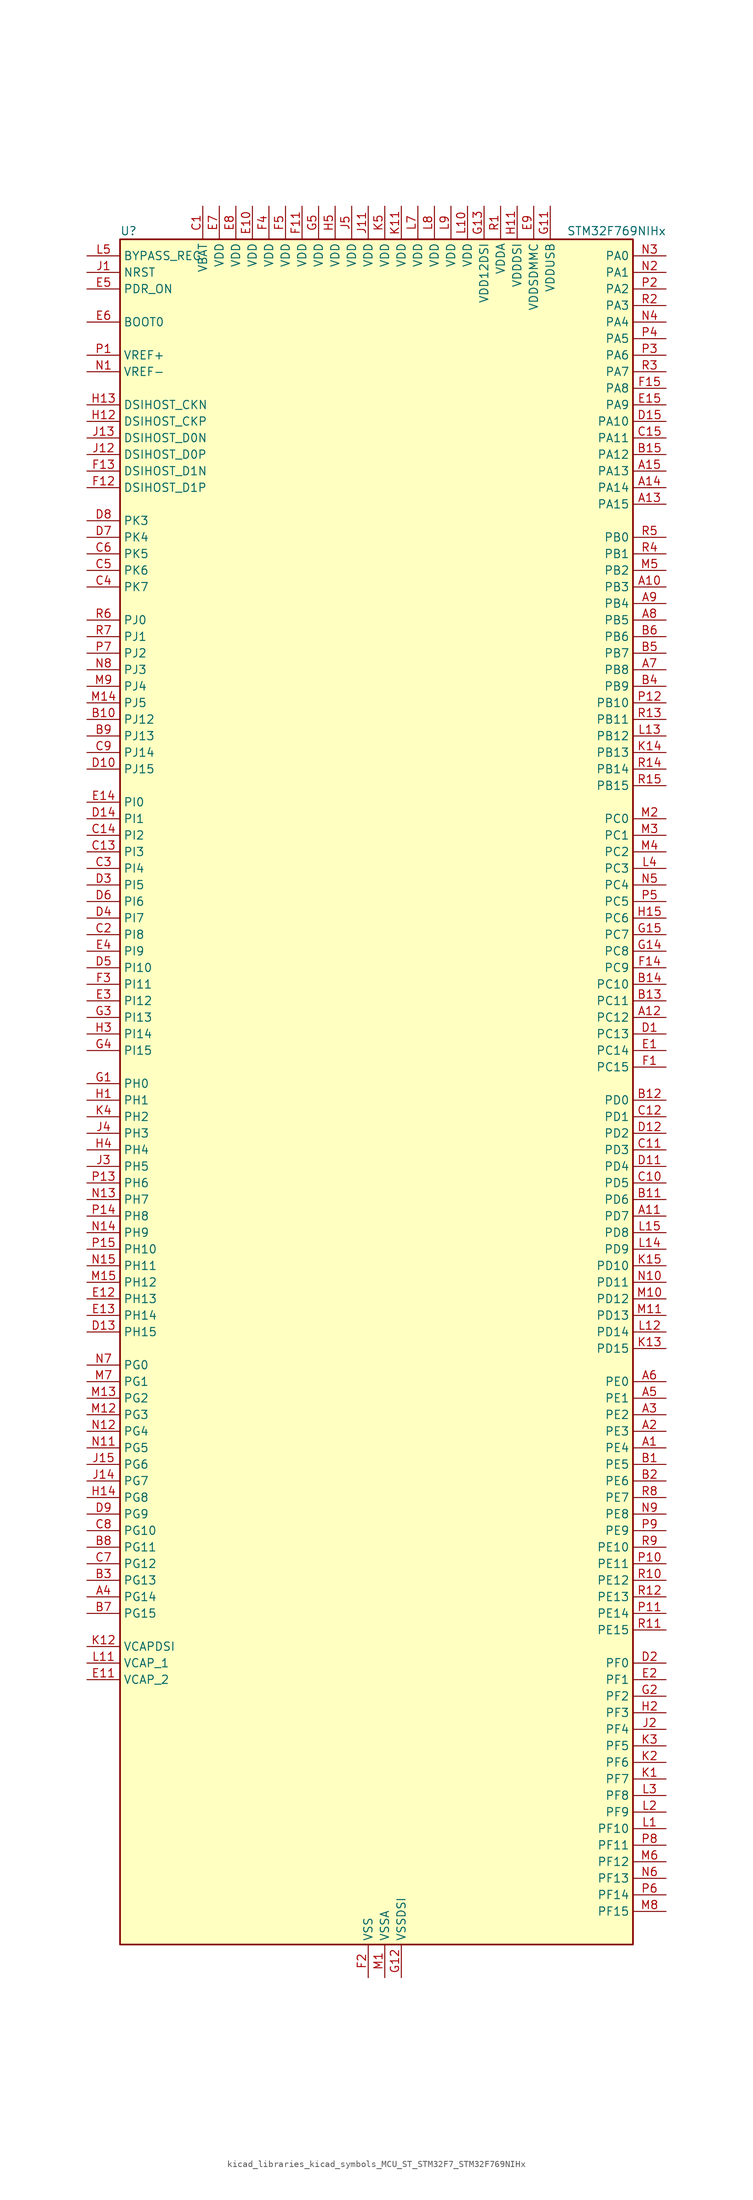
<source format=kicad_sym>
(kicad_symbol_lib
  (version 20220914)
  (generator kicad_symbol_editor)
  (symbol "kicad_libraries_kicad_symbols_MCU_ST_STM32F7_STM32F769NIHx"
    (property "Reference" "U"
      (at -38.1 133.35 0)
      (effects (font (size 1.27 1.27)) (justify left)))
    (property "Value" "STM32F769NIHx"
      (at 30.48 133.35 0)
      (effects (font (size 1.27 1.27)) (justify left)))
    (property "ki_locked" ""
      (at 0 0 0)
      (effects (font (size 1.27 1.27))))
    (symbol "kicad_libraries_kicad_symbols_MCU_ST_STM32F7_STM32F769NIHx_0_1"
      (rectangle (start -38.1 -129.54) (end 40.64 132.08) (stroke (width 0.254) (type default)) (fill (type background))))
    (symbol "kicad_libraries_kicad_symbols_MCU_ST_STM32F7_STM32F769NIHx_1_1"
      (pin bidirectional line (at 45.72 -53.34 180) (length 5.08) (name "PE4" (effects (font (size 1.27 1.27)))) (number "A1" (effects (font (size 1.27 1.27)))) (alternate "DCMI_D4" bidirectional line) (alternate "DFSDM1_DATIN3" bidirectional line) (alternate "FMC_A20" bidirectional line) (alternate "LTDC_B0" bidirectional line) (alternate "SAI1_FS_A" bidirectional line) (alternate "SPI4_NSS" bidirectional line) (alternate "SYS_TRACED1" bidirectional line))
      (pin bidirectional line (at 45.72 78.74 180) (length 5.08) (name "PB3" (effects (font (size 1.27 1.27)))) (number "A10" (effects (font (size 1.27 1.27)))) (alternate "CAN3_RX" bidirectional line) (alternate "I2S1_CK" bidirectional line) (alternate "I2S3_CK" bidirectional line) (alternate "SDMMC2_D2" bidirectional line) (alternate "SPI1_SCK" bidirectional line) (alternate "SPI3_SCK" bidirectional line) (alternate "SPI6_SCK" bidirectional line) (alternate "SYS_JTDO-SWO" bidirectional line) (alternate "TIM2_CH2" bidirectional line) (alternate "UART7_RX" bidirectional line))
      (pin bidirectional line (at 45.72 -17.78 180) (length 5.08) (name "PD7" (effects (font (size 1.27 1.27)))) (number "A11" (effects (font (size 1.27 1.27)))) (alternate "DFSDM1_CKIN1" bidirectional line) (alternate "DFSDM1_DATIN4" bidirectional line) (alternate "FMC_NE1" bidirectional line) (alternate "I2S1_SD" bidirectional line) (alternate "SDMMC2_CMD" bidirectional line) (alternate "SPDIFRX_IN0" bidirectional line) (alternate "SPI1_MOSI" bidirectional line) (alternate "USART2_CK" bidirectional line))
      (pin bidirectional line (at 45.72 12.7 180) (length 5.08) (name "PC12" (effects (font (size 1.27 1.27)))) (number "A12" (effects (font (size 1.27 1.27)))) (alternate "DCMI_D9" bidirectional line) (alternate "I2S3_SD" bidirectional line) (alternate "SDMMC1_CK" bidirectional line) (alternate "SPI3_MOSI" bidirectional line) (alternate "SYS_TRACED3" bidirectional line) (alternate "UART5_TX" bidirectional line) (alternate "USART3_CK" bidirectional line))
      (pin bidirectional line (at 45.72 91.44 180) (length 5.08) (name "PA15" (effects (font (size 1.27 1.27)))) (number "A13" (effects (font (size 1.27 1.27)))) (alternate "CAN3_TX" bidirectional line) (alternate "CEC" bidirectional line) (alternate "I2S1_WS" bidirectional line) (alternate "I2S3_WS" bidirectional line) (alternate "SPI1_NSS" bidirectional line) (alternate "SPI3_NSS" bidirectional line) (alternate "SPI6_NSS" bidirectional line) (alternate "SYS_JTDI" bidirectional line) (alternate "TIM2_CH1" bidirectional line) (alternate "TIM2_ETR" bidirectional line) (alternate "UART4_DE" bidirectional line) (alternate "UART4_RTS" bidirectional line) (alternate "UART7_TX" bidirectional line))
      (pin bidirectional line (at 45.72 93.98 180) (length 5.08) (name "PA14" (effects (font (size 1.27 1.27)))) (number "A14" (effects (font (size 1.27 1.27)))) (alternate "SYS_JTCK-SWCLK" bidirectional line))
      (pin bidirectional line (at 45.72 96.52 180) (length 5.08) (name "PA13" (effects (font (size 1.27 1.27)))) (number "A15" (effects (font (size 1.27 1.27)))) (alternate "SYS_JTMS-SWDIO" bidirectional line))
      (pin bidirectional line (at 45.72 -50.8 180) (length 5.08) (name "PE3" (effects (font (size 1.27 1.27)))) (number "A2" (effects (font (size 1.27 1.27)))) (alternate "FMC_A19" bidirectional line) (alternate "SAI1_SD_B" bidirectional line) (alternate "SYS_TRACED0" bidirectional line))
      (pin bidirectional line (at 45.72 -48.26 180) (length 5.08) (name "PE2" (effects (font (size 1.27 1.27)))) (number "A3" (effects (font (size 1.27 1.27)))) (alternate "ETH_TXD3" bidirectional line) (alternate "FMC_A23" bidirectional line) (alternate "QUADSPI_BK1_IO2" bidirectional line) (alternate "SAI1_MCLK_A" bidirectional line) (alternate "SPI4_SCK" bidirectional line) (alternate "SYS_TRACECLK" bidirectional line))
      (pin bidirectional line (at -43.18 -76.2 0) (length 5.08) (name "PG14" (effects (font (size 1.27 1.27)))) (number "A4" (effects (font (size 1.27 1.27)))) (alternate "ETH_TXD1" bidirectional line) (alternate "FMC_A25" bidirectional line) (alternate "LPTIM1_ETR" bidirectional line) (alternate "LTDC_B0" bidirectional line) (alternate "QUADSPI_BK2_IO3" bidirectional line) (alternate "SPI6_MOSI" bidirectional line) (alternate "SYS_TRACED1" bidirectional line) (alternate "USART6_TX" bidirectional line))
      (pin bidirectional line (at 45.72 -45.72 180) (length 5.08) (name "PE1" (effects (font (size 1.27 1.27)))) (number "A5" (effects (font (size 1.27 1.27)))) (alternate "DCMI_D3" bidirectional line) (alternate "FMC_NBL1" bidirectional line) (alternate "LPTIM1_IN2" bidirectional line) (alternate "UART8_TX" bidirectional line))
      (pin bidirectional line (at 45.72 -43.18 180) (length 5.08) (name "PE0" (effects (font (size 1.27 1.27)))) (number "A6" (effects (font (size 1.27 1.27)))) (alternate "DCMI_D2" bidirectional line) (alternate "FMC_NBL0" bidirectional line) (alternate "LPTIM1_ETR" bidirectional line) (alternate "SAI2_MCLK_A" bidirectional line) (alternate "TIM4_ETR" bidirectional line) (alternate "UART8_RX" bidirectional line))
      (pin bidirectional line (at 45.72 66.04 180) (length 5.08) (name "PB8" (effects (font (size 1.27 1.27)))) (number "A7" (effects (font (size 1.27 1.27)))) (alternate "CAN1_RX" bidirectional line) (alternate "DCMI_D6" bidirectional line) (alternate "DFSDM1_CKIN7" bidirectional line) (alternate "ETH_TXD3" bidirectional line) (alternate "I2C1_SCL" bidirectional line) (alternate "I2C4_SCL" bidirectional line) (alternate "LTDC_B6" bidirectional line) (alternate "SDMMC1_D4" bidirectional line) (alternate "SDMMC2_D4" bidirectional line) (alternate "TIM10_CH1" bidirectional line) (alternate "TIM4_CH3" bidirectional line) (alternate "UART5_RX" bidirectional line))
      (pin bidirectional line (at 45.72 73.66 180) (length 5.08) (name "PB5" (effects (font (size 1.27 1.27)))) (number "A8" (effects (font (size 1.27 1.27)))) (alternate "CAN2_RX" bidirectional line) (alternate "DCMI_D10" bidirectional line) (alternate "ETH_PPS_OUT" bidirectional line) (alternate "FMC_SDCKE1" bidirectional line) (alternate "I2C1_SMBA" bidirectional line) (alternate "I2S1_SD" bidirectional line) (alternate "I2S3_SD" bidirectional line) (alternate "LTDC_G7" bidirectional line) (alternate "SPI1_MOSI" bidirectional line) (alternate "SPI3_MOSI" bidirectional line) (alternate "SPI6_MOSI" bidirectional line) (alternate "TIM3_CH2" bidirectional line) (alternate "UART5_RX" bidirectional line) (alternate "USB_OTG_HS_ULPI_D7" bidirectional line))
      (pin bidirectional line (at 45.72 76.2 180) (length 5.08) (name "PB4" (effects (font (size 1.27 1.27)))) (number "A9" (effects (font (size 1.27 1.27)))) (alternate "CAN3_TX" bidirectional line) (alternate "I2S2_WS" bidirectional line) (alternate "SDMMC2_D3" bidirectional line) (alternate "SPI1_MISO" bidirectional line) (alternate "SPI2_NSS" bidirectional line) (alternate "SPI3_MISO" bidirectional line) (alternate "SPI6_MISO" bidirectional line) (alternate "SYS_JTRST" bidirectional line) (alternate "TIM3_CH1" bidirectional line) (alternate "UART7_TX" bidirectional line))
      (pin bidirectional line (at 45.72 -55.88 180) (length 5.08) (name "PE5" (effects (font (size 1.27 1.27)))) (number "B1" (effects (font (size 1.27 1.27)))) (alternate "DCMI_D6" bidirectional line) (alternate "DFSDM1_CKIN3" bidirectional line) (alternate "FMC_A21" bidirectional line) (alternate "LTDC_G0" bidirectional line) (alternate "SAI1_SCK_A" bidirectional line) (alternate "SPI4_MISO" bidirectional line) (alternate "SYS_TRACED2" bidirectional line) (alternate "TIM9_CH1" bidirectional line))
      (pin bidirectional line (at -43.18 58.42 0) (length 5.08) (name "PJ12" (effects (font (size 1.27 1.27)))) (number "B10" (effects (font (size 1.27 1.27)))) (alternate "LTDC_B0" bidirectional line) (alternate "LTDC_G3" bidirectional line))
      (pin bidirectional line (at 45.72 -15.24 180) (length 5.08) (name "PD6" (effects (font (size 1.27 1.27)))) (number "B11" (effects (font (size 1.27 1.27)))) (alternate "DCMI_D10" bidirectional line) (alternate "DFSDM1_CKIN4" bidirectional line) (alternate "DFSDM1_DATIN1" bidirectional line) (alternate "FMC_NWAIT" bidirectional line) (alternate "I2S3_SD" bidirectional line) (alternate "LTDC_B2" bidirectional line) (alternate "SAI1_SD_A" bidirectional line) (alternate "SDMMC2_CK" bidirectional line) (alternate "SPI3_MOSI" bidirectional line) (alternate "USART2_RX" bidirectional line))
      (pin bidirectional line (at 45.72 0 180) (length 5.08) (name "PD0" (effects (font (size 1.27 1.27)))) (number "B12" (effects (font (size 1.27 1.27)))) (alternate "CAN1_RX" bidirectional line) (alternate "DFSDM1_CKIN6" bidirectional line) (alternate "DFSDM1_DATIN7" bidirectional line) (alternate "FMC_D2" bidirectional line) (alternate "FMC_DA2" bidirectional line) (alternate "UART4_RX" bidirectional line))
      (pin bidirectional line (at 45.72 15.24 180) (length 5.08) (name "PC11" (effects (font (size 1.27 1.27)))) (number "B13" (effects (font (size 1.27 1.27)))) (alternate "ADC1_EXTI11" bidirectional line) (alternate "ADC2_EXTI11" bidirectional line) (alternate "ADC3_EXTI11" bidirectional line) (alternate "DCMI_D4" bidirectional line) (alternate "DFSDM1_DATIN5" bidirectional line) (alternate "QUADSPI_BK2_NCS" bidirectional line) (alternate "SDMMC1_D3" bidirectional line) (alternate "SPI3_MISO" bidirectional line) (alternate "UART4_RX" bidirectional line) (alternate "USART3_RX" bidirectional line))
      (pin bidirectional line (at 45.72 17.78 180) (length 5.08) (name "PC10" (effects (font (size 1.27 1.27)))) (number "B14" (effects (font (size 1.27 1.27)))) (alternate "DCMI_D8" bidirectional line) (alternate "DFSDM1_CKIN5" bidirectional line) (alternate "I2S3_CK" bidirectional line) (alternate "LTDC_R2" bidirectional line) (alternate "QUADSPI_BK1_IO1" bidirectional line) (alternate "SDMMC1_D2" bidirectional line) (alternate "SPI3_SCK" bidirectional line) (alternate "UART4_TX" bidirectional line) (alternate "USART3_TX" bidirectional line))
      (pin bidirectional line (at 45.72 99.06 180) (length 5.08) (name "PA12" (effects (font (size 1.27 1.27)))) (number "B15" (effects (font (size 1.27 1.27)))) (alternate "CAN1_TX" bidirectional line) (alternate "I2S2_CK" bidirectional line) (alternate "LTDC_R5" bidirectional line) (alternate "SAI2_FS_B" bidirectional line) (alternate "SPI2_SCK" bidirectional line) (alternate "TIM1_ETR" bidirectional line) (alternate "UART4_TX" bidirectional line) (alternate "USART1_DE" bidirectional line) (alternate "USART1_RTS" bidirectional line) (alternate "USB_OTG_FS_DP" bidirectional line))
      (pin bidirectional line (at 45.72 -58.42 180) (length 5.08) (name "PE6" (effects (font (size 1.27 1.27)))) (number "B2" (effects (font (size 1.27 1.27)))) (alternate "DCMI_D7" bidirectional line) (alternate "FMC_A22" bidirectional line) (alternate "LTDC_G1" bidirectional line) (alternate "SAI1_SD_A" bidirectional line) (alternate "SAI2_MCLK_B" bidirectional line) (alternate "SPI4_MOSI" bidirectional line) (alternate "SYS_TRACED3" bidirectional line) (alternate "TIM1_BKIN2" bidirectional line) (alternate "TIM9_CH2" bidirectional line))
      (pin bidirectional line (at -43.18 -73.66 0) (length 5.08) (name "PG13" (effects (font (size 1.27 1.27)))) (number "B3" (effects (font (size 1.27 1.27)))) (alternate "ETH_TXD0" bidirectional line) (alternate "FMC_A24" bidirectional line) (alternate "LPTIM1_OUT" bidirectional line) (alternate "LTDC_R0" bidirectional line) (alternate "SPI6_SCK" bidirectional line) (alternate "SYS_TRACED0" bidirectional line) (alternate "USART6_CTS" bidirectional line))
      (pin bidirectional line (at 45.72 63.5 180) (length 5.08) (name "PB9" (effects (font (size 1.27 1.27)))) (number "B4" (effects (font (size 1.27 1.27)))) (alternate "CAN1_TX" bidirectional line) (alternate "DAC_EXTI9" bidirectional line) (alternate "DCMI_D7" bidirectional line) (alternate "DFSDM1_DATIN7" bidirectional line) (alternate "I2C1_SDA" bidirectional line) (alternate "I2C4_SDA" bidirectional line) (alternate "I2C4_SMBA" bidirectional line) (alternate "I2S2_WS" bidirectional line) (alternate "LTDC_B7" bidirectional line) (alternate "SDMMC1_D5" bidirectional line) (alternate "SDMMC2_D5" bidirectional line) (alternate "SPI2_NSS" bidirectional line) (alternate "TIM11_CH1" bidirectional line) (alternate "TIM4_CH4" bidirectional line) (alternate "UART5_TX" bidirectional line))
      (pin bidirectional line (at 45.72 68.58 180) (length 5.08) (name "PB7" (effects (font (size 1.27 1.27)))) (number "B5" (effects (font (size 1.27 1.27)))) (alternate "DCMI_VSYNC" bidirectional line) (alternate "DFSDM1_CKIN5" bidirectional line) (alternate "FMC_NL" bidirectional line) (alternate "I2C1_SDA" bidirectional line) (alternate "I2C4_SDA" bidirectional line) (alternate "TIM4_CH2" bidirectional line) (alternate "USART1_RX" bidirectional line))
      (pin bidirectional line (at 45.72 71.12 180) (length 5.08) (name "PB6" (effects (font (size 1.27 1.27)))) (number "B6" (effects (font (size 1.27 1.27)))) (alternate "CAN2_TX" bidirectional line) (alternate "CEC" bidirectional line) (alternate "DCMI_D5" bidirectional line) (alternate "DFSDM1_DATIN5" bidirectional line) (alternate "FMC_SDNE1" bidirectional line) (alternate "I2C1_SCL" bidirectional line) (alternate "I2C4_SCL" bidirectional line) (alternate "QUADSPI_BK1_NCS" bidirectional line) (alternate "TIM4_CH1" bidirectional line) (alternate "UART5_TX" bidirectional line) (alternate "USART1_TX" bidirectional line))
      (pin bidirectional line (at -43.18 -78.74 0) (length 5.08) (name "PG15" (effects (font (size 1.27 1.27)))) (number "B7" (effects (font (size 1.27 1.27)))) (alternate "DCMI_D13" bidirectional line) (alternate "FMC_SDNCAS" bidirectional line) (alternate "USART6_CTS" bidirectional line))
      (pin bidirectional line (at -43.18 -68.58 0) (length 5.08) (name "PG11" (effects (font (size 1.27 1.27)))) (number "B8" (effects (font (size 1.27 1.27)))) (alternate "ADC1_EXTI11" bidirectional line) (alternate "ADC2_EXTI11" bidirectional line) (alternate "ADC3_EXTI11" bidirectional line) (alternate "DCMI_D3" bidirectional line) (alternate "ETH_TX_EN" bidirectional line) (alternate "I2S1_CK" bidirectional line) (alternate "LTDC_B3" bidirectional line) (alternate "SDMMC2_D2" bidirectional line) (alternate "SPDIFRX_IN0" bidirectional line) (alternate "SPI1_SCK" bidirectional line))
      (pin bidirectional line (at -43.18 55.88 0) (length 5.08) (name "PJ13" (effects (font (size 1.27 1.27)))) (number "B9" (effects (font (size 1.27 1.27)))) (alternate "LTDC_B1" bidirectional line) (alternate "LTDC_G4" bidirectional line))
      (pin power_in line (at -25.4 137.16 270) (length 5.08) (name "VBAT" (effects (font (size 1.27 1.27)))) (number "C1" (effects (font (size 1.27 1.27)))))
      (pin bidirectional line (at 45.72 -12.7 180) (length 5.08) (name "PD5" (effects (font (size 1.27 1.27)))) (number "C10" (effects (font (size 1.27 1.27)))) (alternate "FMC_NWE" bidirectional line) (alternate "USART2_TX" bidirectional line))
      (pin bidirectional line (at 45.72 -7.62 180) (length 5.08) (name "PD3" (effects (font (size 1.27 1.27)))) (number "C11" (effects (font (size 1.27 1.27)))) (alternate "DCMI_D5" bidirectional line) (alternate "DFSDM1_CKOUT" bidirectional line) (alternate "DFSDM1_DATIN0" bidirectional line) (alternate "FMC_CLK" bidirectional line) (alternate "I2S2_CK" bidirectional line) (alternate "LTDC_G7" bidirectional line) (alternate "SPI2_SCK" bidirectional line) (alternate "USART2_CTS" bidirectional line))
      (pin bidirectional line (at 45.72 -2.54 180) (length 5.08) (name "PD1" (effects (font (size 1.27 1.27)))) (number "C12" (effects (font (size 1.27 1.27)))) (alternate "CAN1_TX" bidirectional line) (alternate "DFSDM1_CKIN7" bidirectional line) (alternate "DFSDM1_DATIN6" bidirectional line) (alternate "FMC_D3" bidirectional line) (alternate "FMC_DA3" bidirectional line) (alternate "UART4_TX" bidirectional line))
      (pin bidirectional line (at -43.18 38.1 0) (length 5.08) (name "PI3" (effects (font (size 1.27 1.27)))) (number "C13" (effects (font (size 1.27 1.27)))) (alternate "DCMI_D10" bidirectional line) (alternate "FMC_D27" bidirectional line) (alternate "I2S2_SD" bidirectional line) (alternate "SPI2_MOSI" bidirectional line) (alternate "TIM8_ETR" bidirectional line))
      (pin bidirectional line (at -43.18 40.64 0) (length 5.08) (name "PI2" (effects (font (size 1.27 1.27)))) (number "C14" (effects (font (size 1.27 1.27)))) (alternate "DCMI_D9" bidirectional line) (alternate "FMC_D26" bidirectional line) (alternate "LTDC_G7" bidirectional line) (alternate "SPI2_MISO" bidirectional line) (alternate "TIM8_CH4" bidirectional line))
      (pin bidirectional line (at 45.72 101.6 180) (length 5.08) (name "PA11" (effects (font (size 1.27 1.27)))) (number "C15" (effects (font (size 1.27 1.27)))) (alternate "ADC1_EXTI11" bidirectional line) (alternate "ADC2_EXTI11" bidirectional line) (alternate "ADC3_EXTI11" bidirectional line) (alternate "CAN1_RX" bidirectional line) (alternate "I2S2_WS" bidirectional line) (alternate "LTDC_R4" bidirectional line) (alternate "SPI2_NSS" bidirectional line) (alternate "TIM1_CH4" bidirectional line) (alternate "UART4_RX" bidirectional line) (alternate "USART1_CTS" bidirectional line) (alternate "USB_OTG_FS_DM" bidirectional line))
      (pin bidirectional line (at -43.18 25.4 0) (length 5.08) (name "PI8" (effects (font (size 1.27 1.27)))) (number "C2" (effects (font (size 1.27 1.27)))) (alternate "RTC_TAMP2" bidirectional line) (alternate "RTC_TS" bidirectional line) (alternate "SYS_WKUP5" bidirectional line))
      (pin bidirectional line (at -43.18 35.56 0) (length 5.08) (name "PI4" (effects (font (size 1.27 1.27)))) (number "C3" (effects (font (size 1.27 1.27)))) (alternate "DCMI_D5" bidirectional line) (alternate "FMC_NBL2" bidirectional line) (alternate "LTDC_B4" bidirectional line) (alternate "SAI2_MCLK_A" bidirectional line) (alternate "TIM8_BKIN" bidirectional line))
      (pin bidirectional line (at -43.18 78.74 0) (length 5.08) (name "PK7" (effects (font (size 1.27 1.27)))) (number "C4" (effects (font (size 1.27 1.27)))) (alternate "LTDC_DE" bidirectional line))
      (pin bidirectional line (at -43.18 81.28 0) (length 5.08) (name "PK6" (effects (font (size 1.27 1.27)))) (number "C5" (effects (font (size 1.27 1.27)))) (alternate "LTDC_B7" bidirectional line))
      (pin bidirectional line (at -43.18 83.82 0) (length 5.08) (name "PK5" (effects (font (size 1.27 1.27)))) (number "C6" (effects (font (size 1.27 1.27)))) (alternate "LTDC_B6" bidirectional line))
      (pin bidirectional line (at -43.18 -71.12 0) (length 5.08) (name "PG12" (effects (font (size 1.27 1.27)))) (number "C7" (effects (font (size 1.27 1.27)))) (alternate "FMC_NE4" bidirectional line) (alternate "LPTIM1_IN1" bidirectional line) (alternate "LTDC_B1" bidirectional line) (alternate "LTDC_B4" bidirectional line) (alternate "SDMMC2_D3" bidirectional line) (alternate "SPDIFRX_IN1" bidirectional line) (alternate "SPI6_MISO" bidirectional line) (alternate "USART6_DE" bidirectional line) (alternate "USART6_RTS" bidirectional line))
      (pin bidirectional line (at -43.18 -66.04 0) (length 5.08) (name "PG10" (effects (font (size 1.27 1.27)))) (number "C8" (effects (font (size 1.27 1.27)))) (alternate "DCMI_D2" bidirectional line) (alternate "FMC_NE3" bidirectional line) (alternate "I2S1_WS" bidirectional line) (alternate "LTDC_B2" bidirectional line) (alternate "LTDC_G3" bidirectional line) (alternate "SAI2_SD_B" bidirectional line) (alternate "SDMMC2_D1" bidirectional line) (alternate "SPI1_NSS" bidirectional line))
      (pin bidirectional line (at -43.18 53.34 0) (length 5.08) (name "PJ14" (effects (font (size 1.27 1.27)))) (number "C9" (effects (font (size 1.27 1.27)))) (alternate "LTDC_B2" bidirectional line))
      (pin bidirectional line (at 45.72 10.16 180) (length 5.08) (name "PC13" (effects (font (size 1.27 1.27)))) (number "D1" (effects (font (size 1.27 1.27)))) (alternate "RTC_OUT" bidirectional line) (alternate "RTC_TAMP1" bidirectional line) (alternate "RTC_TS" bidirectional line) (alternate "SYS_WKUP4" bidirectional line))
      (pin bidirectional line (at -43.18 50.8 0) (length 5.08) (name "PJ15" (effects (font (size 1.27 1.27)))) (number "D10" (effects (font (size 1.27 1.27)))) (alternate "LTDC_B3" bidirectional line))
      (pin bidirectional line (at 45.72 -10.16 180) (length 5.08) (name "PD4" (effects (font (size 1.27 1.27)))) (number "D11" (effects (font (size 1.27 1.27)))) (alternate "DFSDM1_CKIN0" bidirectional line) (alternate "FMC_NOE" bidirectional line) (alternate "USART2_DE" bidirectional line) (alternate "USART2_RTS" bidirectional line))
      (pin bidirectional line (at 45.72 -5.08 180) (length 5.08) (name "PD2" (effects (font (size 1.27 1.27)))) (number "D12" (effects (font (size 1.27 1.27)))) (alternate "DCMI_D11" bidirectional line) (alternate "SDMMC1_CMD" bidirectional line) (alternate "SYS_TRACED2" bidirectional line) (alternate "TIM3_ETR" bidirectional line) (alternate "UART5_RX" bidirectional line))
      (pin bidirectional line (at -43.18 -35.56 0) (length 5.08) (name "PH15" (effects (font (size 1.27 1.27)))) (number "D13" (effects (font (size 1.27 1.27)))) (alternate "DCMI_D11" bidirectional line) (alternate "FMC_D23" bidirectional line) (alternate "LTDC_G4" bidirectional line) (alternate "TIM8_CH3N" bidirectional line))
      (pin bidirectional line (at -43.18 43.18 0) (length 5.08) (name "PI1" (effects (font (size 1.27 1.27)))) (number "D14" (effects (font (size 1.27 1.27)))) (alternate "DCMI_D8" bidirectional line) (alternate "FMC_D25" bidirectional line) (alternate "I2S2_CK" bidirectional line) (alternate "LTDC_G6" bidirectional line) (alternate "SPI2_SCK" bidirectional line) (alternate "TIM8_BKIN2" bidirectional line))
      (pin bidirectional line (at 45.72 104.14 180) (length 5.08) (name "PA10" (effects (font (size 1.27 1.27)))) (number "D15" (effects (font (size 1.27 1.27)))) (alternate "DCMI_D1" bidirectional line) (alternate "LTDC_B1" bidirectional line) (alternate "LTDC_B4" bidirectional line) (alternate "MDIOS_MDIO" bidirectional line) (alternate "TIM1_CH3" bidirectional line) (alternate "USART1_RX" bidirectional line) (alternate "USB_OTG_FS_ID" bidirectional line))
      (pin bidirectional line (at 45.72 -86.36 180) (length 5.08) (name "PF0" (effects (font (size 1.27 1.27)))) (number "D2" (effects (font (size 1.27 1.27)))) (alternate "FMC_A0" bidirectional line) (alternate "I2C2_SDA" bidirectional line))
      (pin bidirectional line (at -43.18 33.02 0) (length 5.08) (name "PI5" (effects (font (size 1.27 1.27)))) (number "D3" (effects (font (size 1.27 1.27)))) (alternate "DCMI_VSYNC" bidirectional line) (alternate "FMC_NBL3" bidirectional line) (alternate "LTDC_B5" bidirectional line) (alternate "SAI2_SCK_A" bidirectional line) (alternate "TIM8_CH1" bidirectional line))
      (pin bidirectional line (at -43.18 27.94 0) (length 5.08) (name "PI7" (effects (font (size 1.27 1.27)))) (number "D4" (effects (font (size 1.27 1.27)))) (alternate "DCMI_D7" bidirectional line) (alternate "FMC_D29" bidirectional line) (alternate "LTDC_B7" bidirectional line) (alternate "SAI2_FS_A" bidirectional line) (alternate "TIM8_CH3" bidirectional line))
      (pin bidirectional line (at -43.18 20.32 0) (length 5.08) (name "PI10" (effects (font (size 1.27 1.27)))) (number "D5" (effects (font (size 1.27 1.27)))) (alternate "ETH_RX_ER" bidirectional line) (alternate "FMC_D31" bidirectional line) (alternate "LTDC_HSYNC" bidirectional line))
      (pin bidirectional line (at -43.18 30.48 0) (length 5.08) (name "PI6" (effects (font (size 1.27 1.27)))) (number "D6" (effects (font (size 1.27 1.27)))) (alternate "DCMI_D6" bidirectional line) (alternate "FMC_D28" bidirectional line) (alternate "LTDC_B6" bidirectional line) (alternate "SAI2_SD_A" bidirectional line) (alternate "TIM8_CH2" bidirectional line))
      (pin bidirectional line (at -43.18 86.36 0) (length 5.08) (name "PK4" (effects (font (size 1.27 1.27)))) (number "D7" (effects (font (size 1.27 1.27)))) (alternate "LTDC_B5" bidirectional line))
      (pin bidirectional line (at -43.18 88.9 0) (length 5.08) (name "PK3" (effects (font (size 1.27 1.27)))) (number "D8" (effects (font (size 1.27 1.27)))) (alternate "LTDC_B4" bidirectional line))
      (pin bidirectional line (at -43.18 -63.5 0) (length 5.08) (name "PG9" (effects (font (size 1.27 1.27)))) (number "D9" (effects (font (size 1.27 1.27)))) (alternate "DAC_EXTI9" bidirectional line) (alternate "DCMI_VSYNC" bidirectional line) (alternate "FMC_NCE" bidirectional line) (alternate "FMC_NE2" bidirectional line) (alternate "QUADSPI_BK2_IO2" bidirectional line) (alternate "SAI2_FS_B" bidirectional line) (alternate "SDMMC2_D0" bidirectional line) (alternate "SPDIFRX_IN3" bidirectional line) (alternate "SPI1_MISO" bidirectional line) (alternate "USART6_RX" bidirectional line))
      (pin bidirectional line (at 45.72 7.62 180) (length 5.08) (name "PC14" (effects (font (size 1.27 1.27)))) (number "E1" (effects (font (size 1.27 1.27)))) (alternate "RCC_OSC32_IN" bidirectional line))
      (pin power_in line (at -17.78 137.16 270) (length 5.08) (name "VDD" (effects (font (size 1.27 1.27)))) (number "E10" (effects (font (size 1.27 1.27)))))
      (pin power_out line (at -43.18 -88.9 0) (length 5.08) (name "VCAP_2" (effects (font (size 1.27 1.27)))) (number "E11" (effects (font (size 1.27 1.27)))))
      (pin bidirectional line (at -43.18 -30.48 0) (length 5.08) (name "PH13" (effects (font (size 1.27 1.27)))) (number "E12" (effects (font (size 1.27 1.27)))) (alternate "CAN1_TX" bidirectional line) (alternate "FMC_D21" bidirectional line) (alternate "LTDC_G2" bidirectional line) (alternate "TIM8_CH1N" bidirectional line) (alternate "UART4_TX" bidirectional line))
      (pin bidirectional line (at -43.18 -33.02 0) (length 5.08) (name "PH14" (effects (font (size 1.27 1.27)))) (number "E13" (effects (font (size 1.27 1.27)))) (alternate "CAN1_RX" bidirectional line) (alternate "DCMI_D4" bidirectional line) (alternate "FMC_D22" bidirectional line) (alternate "LTDC_G3" bidirectional line) (alternate "TIM8_CH2N" bidirectional line) (alternate "UART4_RX" bidirectional line))
      (pin bidirectional line (at -43.18 45.72 0) (length 5.08) (name "PI0" (effects (font (size 1.27 1.27)))) (number "E14" (effects (font (size 1.27 1.27)))) (alternate "DCMI_D13" bidirectional line) (alternate "FMC_D24" bidirectional line) (alternate "I2S2_WS" bidirectional line) (alternate "LTDC_G5" bidirectional line) (alternate "SPI2_NSS" bidirectional line) (alternate "TIM5_CH4" bidirectional line))
      (pin bidirectional line (at 45.72 106.68 180) (length 5.08) (name "PA9" (effects (font (size 1.27 1.27)))) (number "E15" (effects (font (size 1.27 1.27)))) (alternate "DAC_EXTI9" bidirectional line) (alternate "DCMI_D0" bidirectional line) (alternate "I2C3_SMBA" bidirectional line) (alternate "I2S2_CK" bidirectional line) (alternate "LTDC_R5" bidirectional line) (alternate "SPI2_SCK" bidirectional line) (alternate "TIM1_CH2" bidirectional line) (alternate "USART1_TX" bidirectional line) (alternate "USB_OTG_FS_VBUS" bidirectional line))
      (pin bidirectional line (at 45.72 -88.9 180) (length 5.08) (name "PF1" (effects (font (size 1.27 1.27)))) (number "E2" (effects (font (size 1.27 1.27)))) (alternate "FMC_A1" bidirectional line) (alternate "I2C2_SCL" bidirectional line))
      (pin bidirectional line (at -43.18 15.24 0) (length 5.08) (name "PI12" (effects (font (size 1.27 1.27)))) (number "E3" (effects (font (size 1.27 1.27)))) (alternate "LTDC_HSYNC" bidirectional line))
      (pin bidirectional line (at -43.18 22.86 0) (length 5.08) (name "PI9" (effects (font (size 1.27 1.27)))) (number "E4" (effects (font (size 1.27 1.27)))) (alternate "CAN1_RX" bidirectional line) (alternate "DAC_EXTI9" bidirectional line) (alternate "FMC_D30" bidirectional line) (alternate "LTDC_VSYNC" bidirectional line) (alternate "UART4_RX" bidirectional line))
      (pin input line (at -43.18 124.46 0) (length 5.08) (name "PDR_ON" (effects (font (size 1.27 1.27)))) (number "E5" (effects (font (size 1.27 1.27)))))
      (pin input line (at -43.18 119.38 0) (length 5.08) (name "BOOT0" (effects (font (size 1.27 1.27)))) (number "E6" (effects (font (size 1.27 1.27)))))
      (pin power_in line (at -22.86 137.16 270) (length 5.08) (name "VDD" (effects (font (size 1.27 1.27)))) (number "E7" (effects (font (size 1.27 1.27)))))
      (pin power_in line (at -20.32 137.16 270) (length 5.08) (name "VDD" (effects (font (size 1.27 1.27)))) (number "E8" (effects (font (size 1.27 1.27)))))
      (pin power_in line (at 25.4 137.16 270) (length 5.08) (name "VDDSDMMC" (effects (font (size 1.27 1.27)))) (number "E9" (effects (font (size 1.27 1.27)))))
      (pin bidirectional line (at 45.72 5.08 180) (length 5.08) (name "PC15" (effects (font (size 1.27 1.27)))) (number "F1" (effects (font (size 1.27 1.27)))) (alternate "RCC_OSC32_OUT" bidirectional line))
      (pin passive line (at 0 -134.62 90) (length 5.08) hide (name "VSS" (effects (font (size 1.27 1.27)))) (number "F10" (effects (font (size 1.27 1.27)))))
      (pin power_in line (at -10.16 137.16 270) (length 5.08) (name "VDD" (effects (font (size 1.27 1.27)))) (number "F11" (effects (font (size 1.27 1.27)))))
      (pin bidirectional line (at -43.18 93.98 0) (length 5.08) (name "DSIHOST_D1P" (effects (font (size 1.27 1.27)))) (number "F12" (effects (font (size 1.27 1.27)))) (alternate "DSIHOST_D1P" bidirectional line))
      (pin bidirectional line (at -43.18 96.52 0) (length 5.08) (name "DSIHOST_D1N" (effects (font (size 1.27 1.27)))) (number "F13" (effects (font (size 1.27 1.27)))) (alternate "DSIHOST_D1N" bidirectional line))
      (pin bidirectional line (at 45.72 20.32 180) (length 5.08) (name "PC9" (effects (font (size 1.27 1.27)))) (number "F14" (effects (font (size 1.27 1.27)))) (alternate "DAC_EXTI9" bidirectional line) (alternate "DCMI_D3" bidirectional line) (alternate "I2C3_SDA" bidirectional line) (alternate "I2S_CKIN" bidirectional line) (alternate "LTDC_B2" bidirectional line) (alternate "LTDC_G3" bidirectional line) (alternate "QUADSPI_BK1_IO0" bidirectional line) (alternate "RCC_MCO_2" bidirectional line) (alternate "SDMMC1_D1" bidirectional line) (alternate "TIM3_CH4" bidirectional line) (alternate "TIM8_CH4" bidirectional line) (alternate "UART5_CTS" bidirectional line))
      (pin bidirectional line (at 45.72 109.22 180) (length 5.08) (name "PA8" (effects (font (size 1.27 1.27)))) (number "F15" (effects (font (size 1.27 1.27)))) (alternate "CAN3_RX" bidirectional line) (alternate "I2C3_SCL" bidirectional line) (alternate "LTDC_B3" bidirectional line) (alternate "LTDC_R6" bidirectional line) (alternate "RCC_MCO_1" bidirectional line) (alternate "TIM1_CH1" bidirectional line) (alternate "TIM8_BKIN2" bidirectional line) (alternate "UART7_RX" bidirectional line) (alternate "USART1_CK" bidirectional line) (alternate "USB_OTG_FS_SOF" bidirectional line))
      (pin power_in line (at 0 -134.62 90) (length 5.08) (name "VSS" (effects (font (size 1.27 1.27)))) (number "F2" (effects (font (size 1.27 1.27)))))
      (pin bidirectional line (at -43.18 17.78 0) (length 5.08) (name "PI11" (effects (font (size 1.27 1.27)))) (number "F3" (effects (font (size 1.27 1.27)))) (alternate "ADC1_EXTI11" bidirectional line) (alternate "ADC2_EXTI11" bidirectional line) (alternate "ADC3_EXTI11" bidirectional line) (alternate "LTDC_G6" bidirectional line) (alternate "SYS_WKUP6" bidirectional line) (alternate "USB_OTG_HS_ULPI_DIR" bidirectional line))
      (pin power_in line (at -15.24 137.16 270) (length 5.08) (name "VDD" (effects (font (size 1.27 1.27)))) (number "F4" (effects (font (size 1.27 1.27)))))
      (pin power_in line (at -12.7 137.16 270) (length 5.08) (name "VDD" (effects (font (size 1.27 1.27)))) (number "F5" (effects (font (size 1.27 1.27)))))
      (pin passive line (at 0 -134.62 90) (length 5.08) hide (name "VSS" (effects (font (size 1.27 1.27)))) (number "F6" (effects (font (size 1.27 1.27)))))
      (pin passive line (at 0 -134.62 90) (length 5.08) hide (name "VSS" (effects (font (size 1.27 1.27)))) (number "F7" (effects (font (size 1.27 1.27)))))
      (pin passive line (at 0 -134.62 90) (length 5.08) hide (name "VSS" (effects (font (size 1.27 1.27)))) (number "F8" (effects (font (size 1.27 1.27)))))
      (pin passive line (at 0 -134.62 90) (length 5.08) hide (name "VSS" (effects (font (size 1.27 1.27)))) (number "F9" (effects (font (size 1.27 1.27)))))
      (pin bidirectional line (at -43.18 2.54 0) (length 5.08) (name "PH0" (effects (font (size 1.27 1.27)))) (number "G1" (effects (font (size 1.27 1.27)))) (alternate "RCC_OSC_IN" bidirectional line))
      (pin passive line (at 0 -134.62 90) (length 5.08) hide (name "VSS" (effects (font (size 1.27 1.27)))) (number "G10" (effects (font (size 1.27 1.27)))))
      (pin power_in line (at 27.94 137.16 270) (length 5.08) (name "VDDUSB" (effects (font (size 1.27 1.27)))) (number "G11" (effects (font (size 1.27 1.27)))))
      (pin power_in line (at 5.08 -134.62 90) (length 5.08) (name "VSSDSI" (effects (font (size 1.27 1.27)))) (number "G12" (effects (font (size 1.27 1.27)))))
      (pin power_in line (at 17.78 137.16 270) (length 5.08) (name "VDD12DSI" (effects (font (size 1.27 1.27)))) (number "G13" (effects (font (size 1.27 1.27)))))
      (pin bidirectional line (at 45.72 22.86 180) (length 5.08) (name "PC8" (effects (font (size 1.27 1.27)))) (number "G14" (effects (font (size 1.27 1.27)))) (alternate "DCMI_D2" bidirectional line) (alternate "FMC_NCE" bidirectional line) (alternate "FMC_NE2" bidirectional line) (alternate "SDMMC1_D0" bidirectional line) (alternate "SYS_TRACED1" bidirectional line) (alternate "TIM3_CH3" bidirectional line) (alternate "TIM8_CH3" bidirectional line) (alternate "UART5_DE" bidirectional line) (alternate "UART5_RTS" bidirectional line) (alternate "USART6_CK" bidirectional line))
      (pin bidirectional line (at 45.72 25.4 180) (length 5.08) (name "PC7" (effects (font (size 1.27 1.27)))) (number "G15" (effects (font (size 1.27 1.27)))) (alternate "DCMI_D1" bidirectional line) (alternate "DFSDM1_DATIN3" bidirectional line) (alternate "FMC_NE1" bidirectional line) (alternate "I2S3_MCK" bidirectional line) (alternate "LTDC_G6" bidirectional line) (alternate "SDMMC1_D7" bidirectional line) (alternate "SDMMC2_D7" bidirectional line) (alternate "TIM3_CH2" bidirectional line) (alternate "TIM8_CH2" bidirectional line) (alternate "USART6_RX" bidirectional line))
      (pin bidirectional line (at 45.72 -91.44 180) (length 5.08) (name "PF2" (effects (font (size 1.27 1.27)))) (number "G2" (effects (font (size 1.27 1.27)))) (alternate "FMC_A2" bidirectional line) (alternate "I2C2_SMBA" bidirectional line))
      (pin bidirectional line (at -43.18 12.7 0) (length 5.08) (name "PI13" (effects (font (size 1.27 1.27)))) (number "G3" (effects (font (size 1.27 1.27)))) (alternate "LTDC_VSYNC" bidirectional line))
      (pin bidirectional line (at -43.18 7.62 0) (length 5.08) (name "PI15" (effects (font (size 1.27 1.27)))) (number "G4" (effects (font (size 1.27 1.27)))) (alternate "LTDC_G2" bidirectional line) (alternate "LTDC_R0" bidirectional line))
      (pin power_in line (at -7.62 137.16 270) (length 5.08) (name "VDD" (effects (font (size 1.27 1.27)))) (number "G5" (effects (font (size 1.27 1.27)))))
      (pin passive line (at 0 -134.62 90) (length 5.08) hide (name "VSS" (effects (font (size 1.27 1.27)))) (number "G6" (effects (font (size 1.27 1.27)))))
      (pin bidirectional line (at -43.18 0 0) (length 5.08) (name "PH1" (effects (font (size 1.27 1.27)))) (number "H1" (effects (font (size 1.27 1.27)))) (alternate "RCC_OSC_OUT" bidirectional line))
      (pin passive line (at 0 -134.62 90) (length 5.08) hide (name "VSS" (effects (font (size 1.27 1.27)))) (number "H10" (effects (font (size 1.27 1.27)))))
      (pin power_in line (at 22.86 137.16 270) (length 5.08) (name "VDDDSI" (effects (font (size 1.27 1.27)))) (number "H11" (effects (font (size 1.27 1.27)))))
      (pin bidirectional line (at -43.18 104.14 0) (length 5.08) (name "DSIHOST_CKP" (effects (font (size 1.27 1.27)))) (number "H12" (effects (font (size 1.27 1.27)))) (alternate "DSIHOST_CKP" bidirectional line))
      (pin bidirectional line (at -43.18 106.68 0) (length 5.08) (name "DSIHOST_CKN" (effects (font (size 1.27 1.27)))) (number "H13" (effects (font (size 1.27 1.27)))) (alternate "DSIHOST_CKN" bidirectional line))
      (pin bidirectional line (at -43.18 -60.96 0) (length 5.08) (name "PG8" (effects (font (size 1.27 1.27)))) (number "H14" (effects (font (size 1.27 1.27)))) (alternate "ETH_PPS_OUT" bidirectional line) (alternate "FMC_SDCLK" bidirectional line) (alternate "LTDC_G7" bidirectional line) (alternate "SPDIFRX_IN2" bidirectional line) (alternate "SPI6_NSS" bidirectional line) (alternate "USART6_DE" bidirectional line) (alternate "USART6_RTS" bidirectional line))
      (pin bidirectional line (at 45.72 27.94 180) (length 5.08) (name "PC6" (effects (font (size 1.27 1.27)))) (number "H15" (effects (font (size 1.27 1.27)))) (alternate "DCMI_D0" bidirectional line) (alternate "DFSDM1_CKIN3" bidirectional line) (alternate "FMC_NWAIT" bidirectional line) (alternate "I2S2_MCK" bidirectional line) (alternate "LTDC_HSYNC" bidirectional line) (alternate "SDMMC1_D6" bidirectional line) (alternate "SDMMC2_D6" bidirectional line) (alternate "TIM3_CH1" bidirectional line) (alternate "TIM8_CH1" bidirectional line) (alternate "USART6_TX" bidirectional line))
      (pin bidirectional line (at 45.72 -93.98 180) (length 5.08) (name "PF3" (effects (font (size 1.27 1.27)))) (number "H2" (effects (font (size 1.27 1.27)))) (alternate "ADC3_IN9" bidirectional line) (alternate "FMC_A3" bidirectional line))
      (pin bidirectional line (at -43.18 10.16 0) (length 5.08) (name "PI14" (effects (font (size 1.27 1.27)))) (number "H3" (effects (font (size 1.27 1.27)))) (alternate "LTDC_CLK" bidirectional line))
      (pin bidirectional line (at -43.18 -7.62 0) (length 5.08) (name "PH4" (effects (font (size 1.27 1.27)))) (number "H4" (effects (font (size 1.27 1.27)))) (alternate "I2C2_SCL" bidirectional line) (alternate "LTDC_G4" bidirectional line) (alternate "LTDC_G5" bidirectional line) (alternate "USB_OTG_HS_ULPI_NXT" bidirectional line))
      (pin power_in line (at -5.08 137.16 270) (length 5.08) (name "VDD" (effects (font (size 1.27 1.27)))) (number "H5" (effects (font (size 1.27 1.27)))))
      (pin passive line (at 0 -134.62 90) (length 5.08) hide (name "VSS" (effects (font (size 1.27 1.27)))) (number "H6" (effects (font (size 1.27 1.27)))))
      (pin input line (at -43.18 127 0) (length 5.08) (name "NRST" (effects (font (size 1.27 1.27)))) (number "J1" (effects (font (size 1.27 1.27)))))
      (pin passive line (at 0 -134.62 90) (length 5.08) hide (name "VSS" (effects (font (size 1.27 1.27)))) (number "J10" (effects (font (size 1.27 1.27)))))
      (pin power_in line (at 0 137.16 270) (length 5.08) (name "VDD" (effects (font (size 1.27 1.27)))) (number "J11" (effects (font (size 1.27 1.27)))))
      (pin bidirectional line (at -43.18 99.06 0) (length 5.08) (name "DSIHOST_D0P" (effects (font (size 1.27 1.27)))) (number "J12" (effects (font (size 1.27 1.27)))) (alternate "DSIHOST_D0P" bidirectional line))
      (pin bidirectional line (at -43.18 101.6 0) (length 5.08) (name "DSIHOST_D0N" (effects (font (size 1.27 1.27)))) (number "J13" (effects (font (size 1.27 1.27)))) (alternate "DSIHOST_D0N" bidirectional line))
      (pin bidirectional line (at -43.18 -58.42 0) (length 5.08) (name "PG7" (effects (font (size 1.27 1.27)))) (number "J14" (effects (font (size 1.27 1.27)))) (alternate "DCMI_D13" bidirectional line) (alternate "FMC_INT" bidirectional line) (alternate "LTDC_CLK" bidirectional line) (alternate "SAI1_MCLK_A" bidirectional line) (alternate "USART6_CK" bidirectional line))
      (pin bidirectional line (at -43.18 -55.88 0) (length 5.08) (name "PG6" (effects (font (size 1.27 1.27)))) (number "J15" (effects (font (size 1.27 1.27)))) (alternate "DCMI_D12" bidirectional line) (alternate "FMC_NE3" bidirectional line) (alternate "LTDC_R7" bidirectional line))
      (pin bidirectional line (at 45.72 -96.52 180) (length 5.08) (name "PF4" (effects (font (size 1.27 1.27)))) (number "J2" (effects (font (size 1.27 1.27)))) (alternate "ADC3_IN14" bidirectional line) (alternate "FMC_A4" bidirectional line))
      (pin bidirectional line (at -43.18 -10.16 0) (length 5.08) (name "PH5" (effects (font (size 1.27 1.27)))) (number "J3" (effects (font (size 1.27 1.27)))) (alternate "FMC_SDNWE" bidirectional line) (alternate "I2C2_SDA" bidirectional line) (alternate "SPI5_NSS" bidirectional line))
      (pin bidirectional line (at -43.18 -5.08 0) (length 5.08) (name "PH3" (effects (font (size 1.27 1.27)))) (number "J4" (effects (font (size 1.27 1.27)))) (alternate "ETH_COL" bidirectional line) (alternate "FMC_SDNE0" bidirectional line) (alternate "LTDC_R1" bidirectional line) (alternate "QUADSPI_BK2_IO1" bidirectional line) (alternate "SAI2_MCLK_B" bidirectional line))
      (pin power_in line (at -2.54 137.16 270) (length 5.08) (name "VDD" (effects (font (size 1.27 1.27)))) (number "J5" (effects (font (size 1.27 1.27)))))
      (pin passive line (at 0 -134.62 90) (length 5.08) hide (name "VSS" (effects (font (size 1.27 1.27)))) (number "J6" (effects (font (size 1.27 1.27)))))
      (pin bidirectional line (at 45.72 -104.14 180) (length 5.08) (name "PF7" (effects (font (size 1.27 1.27)))) (number "K1" (effects (font (size 1.27 1.27)))) (alternate "ADC3_IN5" bidirectional line) (alternate "QUADSPI_BK1_IO2" bidirectional line) (alternate "SAI1_MCLK_B" bidirectional line) (alternate "SPI5_SCK" bidirectional line) (alternate "TIM11_CH1" bidirectional line) (alternate "UART7_TX" bidirectional line))
      (pin passive line (at 0 -134.62 90) (length 5.08) hide (name "VSS" (effects (font (size 1.27 1.27)))) (number "K10" (effects (font (size 1.27 1.27)))))
      (pin power_in line (at 5.08 137.16 270) (length 5.08) (name "VDD" (effects (font (size 1.27 1.27)))) (number "K11" (effects (font (size 1.27 1.27)))))
      (pin power_out line (at -43.18 -83.82 0) (length 5.08) (name "VCAPDSI" (effects (font (size 1.27 1.27)))) (number "K12" (effects (font (size 1.27 1.27)))))
      (pin bidirectional line (at 45.72 -38.1 180) (length 5.08) (name "PD15" (effects (font (size 1.27 1.27)))) (number "K13" (effects (font (size 1.27 1.27)))) (alternate "FMC_D1" bidirectional line) (alternate "FMC_DA1" bidirectional line) (alternate "TIM4_CH4" bidirectional line) (alternate "UART8_DE" bidirectional line) (alternate "UART8_RTS" bidirectional line))
      (pin bidirectional line (at 45.72 53.34 180) (length 5.08) (name "PB13" (effects (font (size 1.27 1.27)))) (number "K14" (effects (font (size 1.27 1.27)))) (alternate "CAN2_TX" bidirectional line) (alternate "DFSDM1_CKIN1" bidirectional line) (alternate "ETH_TXD1" bidirectional line) (alternate "I2S2_CK" bidirectional line) (alternate "SPI2_SCK" bidirectional line) (alternate "TIM1_CH1N" bidirectional line) (alternate "UART5_TX" bidirectional line) (alternate "USART3_CTS" bidirectional line) (alternate "USB_OTG_HS_ULPI_D6" bidirectional line) (alternate "USB_OTG_HS_VBUS" bidirectional line))
      (pin bidirectional line (at 45.72 -25.4 180) (length 5.08) (name "PD10" (effects (font (size 1.27 1.27)))) (number "K15" (effects (font (size 1.27 1.27)))) (alternate "DFSDM1_CKOUT" bidirectional line) (alternate "FMC_D15" bidirectional line) (alternate "FMC_DA15" bidirectional line) (alternate "LTDC_B3" bidirectional line) (alternate "USART3_CK" bidirectional line))
      (pin bidirectional line (at 45.72 -101.6 180) (length 5.08) (name "PF6" (effects (font (size 1.27 1.27)))) (number "K2" (effects (font (size 1.27 1.27)))) (alternate "ADC3_IN4" bidirectional line) (alternate "QUADSPI_BK1_IO3" bidirectional line) (alternate "SAI1_SD_B" bidirectional line) (alternate "SPI5_NSS" bidirectional line) (alternate "TIM10_CH1" bidirectional line) (alternate "UART7_RX" bidirectional line))
      (pin bidirectional line (at 45.72 -99.06 180) (length 5.08) (name "PF5" (effects (font (size 1.27 1.27)))) (number "K3" (effects (font (size 1.27 1.27)))) (alternate "ADC3_IN15" bidirectional line) (alternate "FMC_A5" bidirectional line))
      (pin bidirectional line (at -43.18 -2.54 0) (length 5.08) (name "PH2" (effects (font (size 1.27 1.27)))) (number "K4" (effects (font (size 1.27 1.27)))) (alternate "ETH_CRS" bidirectional line) (alternate "FMC_SDCKE0" bidirectional line) (alternate "LPTIM1_IN2" bidirectional line) (alternate "LTDC_R0" bidirectional line) (alternate "QUADSPI_BK2_IO0" bidirectional line) (alternate "SAI2_SCK_B" bidirectional line))
      (pin power_in line (at 2.54 137.16 270) (length 5.08) (name "VDD" (effects (font (size 1.27 1.27)))) (number "K5" (effects (font (size 1.27 1.27)))))
      (pin passive line (at 0 -134.62 90) (length 5.08) hide (name "VSS" (effects (font (size 1.27 1.27)))) (number "K6" (effects (font (size 1.27 1.27)))))
      (pin passive line (at 0 -134.62 90) (length 5.08) hide (name "VSS" (effects (font (size 1.27 1.27)))) (number "K7" (effects (font (size 1.27 1.27)))))
      (pin passive line (at 0 -134.62 90) (length 5.08) hide (name "VSS" (effects (font (size 1.27 1.27)))) (number "K8" (effects (font (size 1.27 1.27)))))
      (pin passive line (at 0 -134.62 90) (length 5.08) hide (name "VSS" (effects (font (size 1.27 1.27)))) (number "K9" (effects (font (size 1.27 1.27)))))
      (pin bidirectional line (at 45.72 -111.76 180) (length 5.08) (name "PF10" (effects (font (size 1.27 1.27)))) (number "L1" (effects (font (size 1.27 1.27)))) (alternate "ADC3_IN8" bidirectional line) (alternate "DCMI_D11" bidirectional line) (alternate "LTDC_DE" bidirectional line) (alternate "QUADSPI_CLK" bidirectional line))
      (pin power_in line (at 15.24 137.16 270) (length 5.08) (name "VDD" (effects (font (size 1.27 1.27)))) (number "L10" (effects (font (size 1.27 1.27)))))
      (pin power_out line (at -43.18 -86.36 0) (length 5.08) (name "VCAP_1" (effects (font (size 1.27 1.27)))) (number "L11" (effects (font (size 1.27 1.27)))))
      (pin bidirectional line (at 45.72 -35.56 180) (length 5.08) (name "PD14" (effects (font (size 1.27 1.27)))) (number "L12" (effects (font (size 1.27 1.27)))) (alternate "FMC_D0" bidirectional line) (alternate "FMC_DA0" bidirectional line) (alternate "TIM4_CH3" bidirectional line) (alternate "UART8_CTS" bidirectional line))
      (pin bidirectional line (at 45.72 55.88 180) (length 5.08) (name "PB12" (effects (font (size 1.27 1.27)))) (number "L13" (effects (font (size 1.27 1.27)))) (alternate "CAN2_RX" bidirectional line) (alternate "DFSDM1_DATIN1" bidirectional line) (alternate "ETH_TXD0" bidirectional line) (alternate "I2C2_SMBA" bidirectional line) (alternate "I2S2_WS" bidirectional line) (alternate "SPI2_NSS" bidirectional line) (alternate "TIM1_BKIN" bidirectional line) (alternate "UART5_RX" bidirectional line) (alternate "USART3_CK" bidirectional line) (alternate "USB_OTG_HS_ID" bidirectional line) (alternate "USB_OTG_HS_ULPI_D5" bidirectional line))
      (pin bidirectional line (at 45.72 -22.86 180) (length 5.08) (name "PD9" (effects (font (size 1.27 1.27)))) (number "L14" (effects (font (size 1.27 1.27)))) (alternate "DAC_EXTI9" bidirectional line) (alternate "DFSDM1_DATIN3" bidirectional line) (alternate "FMC_D14" bidirectional line) (alternate "FMC_DA14" bidirectional line) (alternate "USART3_RX" bidirectional line))
      (pin bidirectional line (at 45.72 -20.32 180) (length 5.08) (name "PD8" (effects (font (size 1.27 1.27)))) (number "L15" (effects (font (size 1.27 1.27)))) (alternate "DFSDM1_CKIN3" bidirectional line) (alternate "FMC_D13" bidirectional line) (alternate "FMC_DA13" bidirectional line) (alternate "SPDIFRX_IN1" bidirectional line) (alternate "USART3_TX" bidirectional line))
      (pin bidirectional line (at 45.72 -109.22 180) (length 5.08) (name "PF9" (effects (font (size 1.27 1.27)))) (number "L2" (effects (font (size 1.27 1.27)))) (alternate "ADC3_IN7" bidirectional line) (alternate "DAC_EXTI9" bidirectional line) (alternate "QUADSPI_BK1_IO1" bidirectional line) (alternate "SAI1_FS_B" bidirectional line) (alternate "SPI5_MOSI" bidirectional line) (alternate "TIM14_CH1" bidirectional line) (alternate "UART7_CTS" bidirectional line))
      (pin bidirectional line (at 45.72 -106.68 180) (length 5.08) (name "PF8" (effects (font (size 1.27 1.27)))) (number "L3" (effects (font (size 1.27 1.27)))) (alternate "ADC3_IN6" bidirectional line) (alternate "QUADSPI_BK1_IO0" bidirectional line) (alternate "SAI1_SCK_B" bidirectional line) (alternate "SPI5_MISO" bidirectional line) (alternate "TIM13_CH1" bidirectional line) (alternate "UART7_DE" bidirectional line) (alternate "UART7_RTS" bidirectional line))
      (pin bidirectional line (at 45.72 35.56 180) (length 5.08) (name "PC3" (effects (font (size 1.27 1.27)))) (number "L4" (effects (font (size 1.27 1.27)))) (alternate "ADC1_IN13" bidirectional line) (alternate "ADC2_IN13" bidirectional line) (alternate "ADC3_IN13" bidirectional line) (alternate "DFSDM1_DATIN1" bidirectional line) (alternate "ETH_TX_CLK" bidirectional line) (alternate "FMC_SDCKE0" bidirectional line) (alternate "I2S2_SD" bidirectional line) (alternate "SPI2_MOSI" bidirectional line) (alternate "USB_OTG_HS_ULPI_NXT" bidirectional line))
      (pin input line (at -43.18 129.54 0) (length 5.08) (name "BYPASS_REG" (effects (font (size 1.27 1.27)))) (number "L5" (effects (font (size 1.27 1.27)))))
      (pin passive line (at 0 -134.62 90) (length 5.08) hide (name "VSS" (effects (font (size 1.27 1.27)))) (number "L6" (effects (font (size 1.27 1.27)))))
      (pin power_in line (at 7.62 137.16 270) (length 5.08) (name "VDD" (effects (font (size 1.27 1.27)))) (number "L7" (effects (font (size 1.27 1.27)))))
      (pin power_in line (at 10.16 137.16 270) (length 5.08) (name "VDD" (effects (font (size 1.27 1.27)))) (number "L8" (effects (font (size 1.27 1.27)))))
      (pin power_in line (at 12.7 137.16 270) (length 5.08) (name "VDD" (effects (font (size 1.27 1.27)))) (number "L9" (effects (font (size 1.27 1.27)))))
      (pin power_in line (at 2.54 -134.62 90) (length 5.08) (name "VSSA" (effects (font (size 1.27 1.27)))) (number "M1" (effects (font (size 1.27 1.27)))))
      (pin bidirectional line (at 45.72 -30.48 180) (length 5.08) (name "PD12" (effects (font (size 1.27 1.27)))) (number "M10" (effects (font (size 1.27 1.27)))) (alternate "FMC_A17" bidirectional line) (alternate "FMC_ALE" bidirectional line) (alternate "I2C4_SCL" bidirectional line) (alternate "LPTIM1_IN1" bidirectional line) (alternate "QUADSPI_BK1_IO1" bidirectional line) (alternate "SAI2_FS_A" bidirectional line) (alternate "TIM4_CH1" bidirectional line) (alternate "USART3_DE" bidirectional line) (alternate "USART3_RTS" bidirectional line))
      (pin bidirectional line (at 45.72 -33.02 180) (length 5.08) (name "PD13" (effects (font (size 1.27 1.27)))) (number "M11" (effects (font (size 1.27 1.27)))) (alternate "FMC_A18" bidirectional line) (alternate "I2C4_SDA" bidirectional line) (alternate "LPTIM1_OUT" bidirectional line) (alternate "QUADSPI_BK1_IO3" bidirectional line) (alternate "SAI2_SCK_A" bidirectional line) (alternate "TIM4_CH2" bidirectional line))
      (pin bidirectional line (at -43.18 -48.26 0) (length 5.08) (name "PG3" (effects (font (size 1.27 1.27)))) (number "M12" (effects (font (size 1.27 1.27)))) (alternate "FMC_A13" bidirectional line))
      (pin bidirectional line (at -43.18 -45.72 0) (length 5.08) (name "PG2" (effects (font (size 1.27 1.27)))) (number "M13" (effects (font (size 1.27 1.27)))) (alternate "FMC_A12" bidirectional line))
      (pin bidirectional line (at -43.18 60.96 0) (length 5.08) (name "PJ5" (effects (font (size 1.27 1.27)))) (number "M14" (effects (font (size 1.27 1.27)))) (alternate "LTDC_R6" bidirectional line))
      (pin bidirectional line (at -43.18 -27.94 0) (length 5.08) (name "PH12" (effects (font (size 1.27 1.27)))) (number "M15" (effects (font (size 1.27 1.27)))) (alternate "DCMI_D3" bidirectional line) (alternate "FMC_D20" bidirectional line) (alternate "I2C4_SDA" bidirectional line) (alternate "LTDC_R6" bidirectional line) (alternate "TIM5_CH3" bidirectional line))
      (pin bidirectional line (at 45.72 43.18 180) (length 5.08) (name "PC0" (effects (font (size 1.27 1.27)))) (number "M2" (effects (font (size 1.27 1.27)))) (alternate "ADC1_IN10" bidirectional line) (alternate "ADC2_IN10" bidirectional line) (alternate "ADC3_IN10" bidirectional line) (alternate "DFSDM1_CKIN0" bidirectional line) (alternate "DFSDM1_DATIN4" bidirectional line) (alternate "FMC_SDNWE" bidirectional line) (alternate "LTDC_R5" bidirectional line) (alternate "SAI2_FS_B" bidirectional line) (alternate "USB_OTG_HS_ULPI_STP" bidirectional line))
      (pin bidirectional line (at 45.72 40.64 180) (length 5.08) (name "PC1" (effects (font (size 1.27 1.27)))) (number "M3" (effects (font (size 1.27 1.27)))) (alternate "ADC1_IN11" bidirectional line) (alternate "ADC2_IN11" bidirectional line) (alternate "ADC3_IN11" bidirectional line) (alternate "DFSDM1_CKIN4" bidirectional line) (alternate "DFSDM1_DATIN0" bidirectional line) (alternate "ETH_MDC" bidirectional line) (alternate "I2S2_SD" bidirectional line) (alternate "MDIOS_MDC" bidirectional line) (alternate "RTC_TAMP3" bidirectional line) (alternate "RTC_TS" bidirectional line) (alternate "SAI1_SD_A" bidirectional line) (alternate "SPI2_MOSI" bidirectional line) (alternate "SYS_TRACED0" bidirectional line) (alternate "SYS_WKUP3" bidirectional line))
      (pin bidirectional line (at 45.72 38.1 180) (length 5.08) (name "PC2" (effects (font (size 1.27 1.27)))) (number "M4" (effects (font (size 1.27 1.27)))) (alternate "ADC1_IN12" bidirectional line) (alternate "ADC2_IN12" bidirectional line) (alternate "ADC3_IN12" bidirectional line) (alternate "DFSDM1_CKIN1" bidirectional line) (alternate "DFSDM1_CKOUT" bidirectional line) (alternate "ETH_TXD2" bidirectional line) (alternate "FMC_SDNE0" bidirectional line) (alternate "SPI2_MISO" bidirectional line) (alternate "USB_OTG_HS_ULPI_DIR" bidirectional line))
      (pin bidirectional line (at 45.72 81.28 180) (length 5.08) (name "PB2" (effects (font (size 1.27 1.27)))) (number "M5" (effects (font (size 1.27 1.27)))) (alternate "DFSDM1_CKIN1" bidirectional line) (alternate "I2S3_SD" bidirectional line) (alternate "QUADSPI_CLK" bidirectional line) (alternate "SAI1_SD_A" bidirectional line) (alternate "SPI3_MOSI" bidirectional line))
      (pin bidirectional line (at 45.72 -116.84 180) (length 5.08) (name "PF12" (effects (font (size 1.27 1.27)))) (number "M6" (effects (font (size 1.27 1.27)))) (alternate "FMC_A6" bidirectional line))
      (pin bidirectional line (at -43.18 -43.18 0) (length 5.08) (name "PG1" (effects (font (size 1.27 1.27)))) (number "M7" (effects (font (size 1.27 1.27)))) (alternate "FMC_A11" bidirectional line))
      (pin bidirectional line (at 45.72 -124.46 180) (length 5.08) (name "PF15" (effects (font (size 1.27 1.27)))) (number "M8" (effects (font (size 1.27 1.27)))) (alternate "FMC_A9" bidirectional line) (alternate "I2C4_SDA" bidirectional line))
      (pin bidirectional line (at -43.18 63.5 0) (length 5.08) (name "PJ4" (effects (font (size 1.27 1.27)))) (number "M9" (effects (font (size 1.27 1.27)))) (alternate "LTDC_R5" bidirectional line))
      (pin input line (at -43.18 111.76 0) (length 5.08) (name "VREF-" (effects (font (size 1.27 1.27)))) (number "N1" (effects (font (size 1.27 1.27)))))
      (pin bidirectional line (at 45.72 -27.94 180) (length 5.08) (name "PD11" (effects (font (size 1.27 1.27)))) (number "N10" (effects (font (size 1.27 1.27)))) (alternate "ADC1_EXTI11" bidirectional line) (alternate "ADC2_EXTI11" bidirectional line) (alternate "ADC3_EXTI11" bidirectional line) (alternate "FMC_A16" bidirectional line) (alternate "FMC_CLE" bidirectional line) (alternate "I2C4_SMBA" bidirectional line) (alternate "QUADSPI_BK1_IO0" bidirectional line) (alternate "SAI2_SD_A" bidirectional line) (alternate "USART3_CTS" bidirectional line))
      (pin bidirectional line (at -43.18 -53.34 0) (length 5.08) (name "PG5" (effects (font (size 1.27 1.27)))) (number "N11" (effects (font (size 1.27 1.27)))) (alternate "FMC_A15" bidirectional line) (alternate "FMC_BA1" bidirectional line))
      (pin bidirectional line (at -43.18 -50.8 0) (length 5.08) (name "PG4" (effects (font (size 1.27 1.27)))) (number "N12" (effects (font (size 1.27 1.27)))) (alternate "FMC_A14" bidirectional line) (alternate "FMC_BA0" bidirectional line))
      (pin bidirectional line (at -43.18 -15.24 0) (length 5.08) (name "PH7" (effects (font (size 1.27 1.27)))) (number "N13" (effects (font (size 1.27 1.27)))) (alternate "DCMI_D9" bidirectional line) (alternate "ETH_RXD3" bidirectional line) (alternate "FMC_SDCKE1" bidirectional line) (alternate "I2C3_SCL" bidirectional line) (alternate "SPI5_MISO" bidirectional line))
      (pin bidirectional line (at -43.18 -20.32 0) (length 5.08) (name "PH9" (effects (font (size 1.27 1.27)))) (number "N14" (effects (font (size 1.27 1.27)))) (alternate "DAC_EXTI9" bidirectional line) (alternate "DCMI_D0" bidirectional line) (alternate "FMC_D17" bidirectional line) (alternate "I2C3_SMBA" bidirectional line) (alternate "LTDC_R3" bidirectional line) (alternate "TIM12_CH2" bidirectional line))
      (pin bidirectional line (at -43.18 -25.4 0) (length 5.08) (name "PH11" (effects (font (size 1.27 1.27)))) (number "N15" (effects (font (size 1.27 1.27)))) (alternate "ADC1_EXTI11" bidirectional line) (alternate "ADC2_EXTI11" bidirectional line) (alternate "ADC3_EXTI11" bidirectional line) (alternate "DCMI_D2" bidirectional line) (alternate "FMC_D19" bidirectional line) (alternate "I2C4_SCL" bidirectional line) (alternate "LTDC_R5" bidirectional line) (alternate "TIM5_CH2" bidirectional line))
      (pin bidirectional line (at 45.72 127 180) (length 5.08) (name "PA1" (effects (font (size 1.27 1.27)))) (number "N2" (effects (font (size 1.27 1.27)))) (alternate "ADC1_IN1" bidirectional line) (alternate "ADC2_IN1" bidirectional line) (alternate "ADC3_IN1" bidirectional line) (alternate "ETH_REF_CLK" bidirectional line) (alternate "ETH_RX_CLK" bidirectional line) (alternate "LTDC_R2" bidirectional line) (alternate "QUADSPI_BK1_IO3" bidirectional line) (alternate "SAI2_MCLK_B" bidirectional line) (alternate "TIM2_CH2" bidirectional line) (alternate "TIM5_CH2" bidirectional line) (alternate "UART4_RX" bidirectional line) (alternate "USART2_DE" bidirectional line) (alternate "USART2_RTS" bidirectional line))
      (pin bidirectional line (at 45.72 129.54 180) (length 5.08) (name "PA0" (effects (font (size 1.27 1.27)))) (number "N3" (effects (font (size 1.27 1.27)))) (alternate "ADC1_IN0" bidirectional line) (alternate "ADC2_IN0" bidirectional line) (alternate "ADC3_IN0" bidirectional line) (alternate "ETH_CRS" bidirectional line) (alternate "SAI2_SD_B" bidirectional line) (alternate "SYS_WKUP1" bidirectional line) (alternate "TIM2_CH1" bidirectional line) (alternate "TIM2_ETR" bidirectional line) (alternate "TIM5_CH1" bidirectional line) (alternate "TIM8_ETR" bidirectional line) (alternate "UART4_TX" bidirectional line) (alternate "USART2_CTS" bidirectional line))
      (pin bidirectional line (at 45.72 119.38 180) (length 5.08) (name "PA4" (effects (font (size 1.27 1.27)))) (number "N4" (effects (font (size 1.27 1.27)))) (alternate "ADC1_IN4" bidirectional line) (alternate "ADC2_IN4" bidirectional line) (alternate "DAC_OUT1" bidirectional line) (alternate "DCMI_HSYNC" bidirectional line) (alternate "I2S1_WS" bidirectional line) (alternate "I2S3_WS" bidirectional line) (alternate "LTDC_VSYNC" bidirectional line) (alternate "SPI1_NSS" bidirectional line) (alternate "SPI3_NSS" bidirectional line) (alternate "SPI6_NSS" bidirectional line) (alternate "USART2_CK" bidirectional line) (alternate "USB_OTG_HS_SOF" bidirectional line))
      (pin bidirectional line (at 45.72 33.02 180) (length 5.08) (name "PC4" (effects (font (size 1.27 1.27)))) (number "N5" (effects (font (size 1.27 1.27)))) (alternate "ADC1_IN14" bidirectional line) (alternate "ADC2_IN14" bidirectional line) (alternate "DFSDM1_CKIN2" bidirectional line) (alternate "ETH_RXD0" bidirectional line) (alternate "FMC_SDNE0" bidirectional line) (alternate "I2S1_MCK" bidirectional line) (alternate "SPDIFRX_IN2" bidirectional line))
      (pin bidirectional line (at 45.72 -119.38 180) (length 5.08) (name "PF13" (effects (font (size 1.27 1.27)))) (number "N6" (effects (font (size 1.27 1.27)))) (alternate "DFSDM1_DATIN6" bidirectional line) (alternate "FMC_A7" bidirectional line) (alternate "I2C4_SMBA" bidirectional line))
      (pin bidirectional line (at -43.18 -40.64 0) (length 5.08) (name "PG0" (effects (font (size 1.27 1.27)))) (number "N7" (effects (font (size 1.27 1.27)))) (alternate "FMC_A10" bidirectional line))
      (pin bidirectional line (at -43.18 66.04 0) (length 5.08) (name "PJ3" (effects (font (size 1.27 1.27)))) (number "N8" (effects (font (size 1.27 1.27)))) (alternate "LTDC_R4" bidirectional line))
      (pin bidirectional line (at 45.72 -63.5 180) (length 5.08) (name "PE8" (effects (font (size 1.27 1.27)))) (number "N9" (effects (font (size 1.27 1.27)))) (alternate "DFSDM1_CKIN2" bidirectional line) (alternate "FMC_D5" bidirectional line) (alternate "FMC_DA5" bidirectional line) (alternate "QUADSPI_BK2_IO1" bidirectional line) (alternate "TIM1_CH1N" bidirectional line) (alternate "UART7_TX" bidirectional line))
      (pin input line (at -43.18 114.3 0) (length 5.08) (name "VREF+" (effects (font (size 1.27 1.27)))) (number "P1" (effects (font (size 1.27 1.27)))))
      (pin bidirectional line (at 45.72 -71.12 180) (length 5.08) (name "PE11" (effects (font (size 1.27 1.27)))) (number "P10" (effects (font (size 1.27 1.27)))) (alternate "ADC1_EXTI11" bidirectional line) (alternate "ADC2_EXTI11" bidirectional line) (alternate "ADC3_EXTI11" bidirectional line) (alternate "DFSDM1_CKIN4" bidirectional line) (alternate "FMC_D8" bidirectional line) (alternate "FMC_DA8" bidirectional line) (alternate "LTDC_G3" bidirectional line) (alternate "SAI2_SD_B" bidirectional line) (alternate "SPI4_NSS" bidirectional line) (alternate "TIM1_CH2" bidirectional line))
      (pin bidirectional line (at 45.72 -78.74 180) (length 5.08) (name "PE14" (effects (font (size 1.27 1.27)))) (number "P11" (effects (font (size 1.27 1.27)))) (alternate "FMC_D11" bidirectional line) (alternate "FMC_DA11" bidirectional line) (alternate "LTDC_CLK" bidirectional line) (alternate "SAI2_MCLK_B" bidirectional line) (alternate "SPI4_MOSI" bidirectional line) (alternate "TIM1_CH4" bidirectional line))
      (pin bidirectional line (at 45.72 60.96 180) (length 5.08) (name "PB10" (effects (font (size 1.27 1.27)))) (number "P12" (effects (font (size 1.27 1.27)))) (alternate "DFSDM1_DATIN7" bidirectional line) (alternate "ETH_RX_ER" bidirectional line) (alternate "I2C2_SCL" bidirectional line) (alternate "I2S2_CK" bidirectional line) (alternate "LTDC_G4" bidirectional line) (alternate "QUADSPI_BK1_NCS" bidirectional line) (alternate "SPI2_SCK" bidirectional line) (alternate "TIM2_CH3" bidirectional line) (alternate "USART3_TX" bidirectional line) (alternate "USB_OTG_HS_ULPI_D3" bidirectional line))
      (pin bidirectional line (at -43.18 -12.7 0) (length 5.08) (name "PH6" (effects (font (size 1.27 1.27)))) (number "P13" (effects (font (size 1.27 1.27)))) (alternate "DCMI_D8" bidirectional line) (alternate "ETH_RXD2" bidirectional line) (alternate "FMC_SDNE1" bidirectional line) (alternate "I2C2_SMBA" bidirectional line) (alternate "SPI5_SCK" bidirectional line) (alternate "TIM12_CH1" bidirectional line))
      (pin bidirectional line (at -43.18 -17.78 0) (length 5.08) (name "PH8" (effects (font (size 1.27 1.27)))) (number "P14" (effects (font (size 1.27 1.27)))) (alternate "DCMI_HSYNC" bidirectional line) (alternate "FMC_D16" bidirectional line) (alternate "I2C3_SDA" bidirectional line) (alternate "LTDC_R2" bidirectional line))
      (pin bidirectional line (at -43.18 -22.86 0) (length 5.08) (name "PH10" (effects (font (size 1.27 1.27)))) (number "P15" (effects (font (size 1.27 1.27)))) (alternate "DCMI_D1" bidirectional line) (alternate "FMC_D18" bidirectional line) (alternate "I2C4_SMBA" bidirectional line) (alternate "LTDC_R4" bidirectional line) (alternate "TIM5_CH1" bidirectional line))
      (pin bidirectional line (at 45.72 124.46 180) (length 5.08) (name "PA2" (effects (font (size 1.27 1.27)))) (number "P2" (effects (font (size 1.27 1.27)))) (alternate "ADC1_IN2" bidirectional line) (alternate "ADC2_IN2" bidirectional line) (alternate "ADC3_IN2" bidirectional line) (alternate "ETH_MDIO" bidirectional line) (alternate "LTDC_R1" bidirectional line) (alternate "MDIOS_MDIO" bidirectional line) (alternate "SAI2_SCK_B" bidirectional line) (alternate "SYS_WKUP2" bidirectional line) (alternate "TIM2_CH3" bidirectional line) (alternate "TIM5_CH3" bidirectional line) (alternate "TIM9_CH1" bidirectional line) (alternate "USART2_TX" bidirectional line))
      (pin bidirectional line (at 45.72 114.3 180) (length 5.08) (name "PA6" (effects (font (size 1.27 1.27)))) (number "P3" (effects (font (size 1.27 1.27)))) (alternate "ADC1_IN6" bidirectional line) (alternate "ADC2_IN6" bidirectional line) (alternate "DCMI_PIXCLK" bidirectional line) (alternate "LTDC_G2" bidirectional line) (alternate "MDIOS_MDC" bidirectional line) (alternate "SPI1_MISO" bidirectional line) (alternate "SPI6_MISO" bidirectional line) (alternate "TIM13_CH1" bidirectional line) (alternate "TIM1_BKIN" bidirectional line) (alternate "TIM3_CH1" bidirectional line) (alternate "TIM8_BKIN" bidirectional line))
      (pin bidirectional line (at 45.72 116.84 180) (length 5.08) (name "PA5" (effects (font (size 1.27 1.27)))) (number "P4" (effects (font (size 1.27 1.27)))) (alternate "ADC1_IN5" bidirectional line) (alternate "ADC2_IN5" bidirectional line) (alternate "DAC_OUT2" bidirectional line) (alternate "I2S1_CK" bidirectional line) (alternate "LTDC_R4" bidirectional line) (alternate "SPI1_SCK" bidirectional line) (alternate "SPI6_SCK" bidirectional line) (alternate "TIM2_CH1" bidirectional line) (alternate "TIM2_ETR" bidirectional line) (alternate "TIM8_CH1N" bidirectional line) (alternate "USB_OTG_HS_ULPI_CK" bidirectional line))
      (pin bidirectional line (at 45.72 30.48 180) (length 5.08) (name "PC5" (effects (font (size 1.27 1.27)))) (number "P5" (effects (font (size 1.27 1.27)))) (alternate "ADC1_IN15" bidirectional line) (alternate "ADC2_IN15" bidirectional line) (alternate "DFSDM1_DATIN2" bidirectional line) (alternate "ETH_RXD1" bidirectional line) (alternate "FMC_SDCKE0" bidirectional line) (alternate "SPDIFRX_IN3" bidirectional line))
      (pin bidirectional line (at 45.72 -121.92 180) (length 5.08) (name "PF14" (effects (font (size 1.27 1.27)))) (number "P6" (effects (font (size 1.27 1.27)))) (alternate "DFSDM1_CKIN6" bidirectional line) (alternate "FMC_A8" bidirectional line) (alternate "I2C4_SCL" bidirectional line))
      (pin bidirectional line (at -43.18 68.58 0) (length 5.08) (name "PJ2" (effects (font (size 1.27 1.27)))) (number "P7" (effects (font (size 1.27 1.27)))) (alternate "DSIHOST_TE" bidirectional line) (alternate "LTDC_R3" bidirectional line))
      (pin bidirectional line (at 45.72 -114.3 180) (length 5.08) (name "PF11" (effects (font (size 1.27 1.27)))) (number "P8" (effects (font (size 1.27 1.27)))) (alternate "ADC1_EXTI11" bidirectional line) (alternate "ADC2_EXTI11" bidirectional line) (alternate "ADC3_EXTI11" bidirectional line) (alternate "DCMI_D12" bidirectional line) (alternate "FMC_SDNRAS" bidirectional line) (alternate "SAI2_SD_B" bidirectional line) (alternate "SPI5_MOSI" bidirectional line))
      (pin bidirectional line (at 45.72 -66.04 180) (length 5.08) (name "PE9" (effects (font (size 1.27 1.27)))) (number "P9" (effects (font (size 1.27 1.27)))) (alternate "DAC_EXTI9" bidirectional line) (alternate "DFSDM1_CKOUT" bidirectional line) (alternate "FMC_D6" bidirectional line) (alternate "FMC_DA6" bidirectional line) (alternate "QUADSPI_BK2_IO2" bidirectional line) (alternate "TIM1_CH1" bidirectional line) (alternate "UART7_DE" bidirectional line) (alternate "UART7_RTS" bidirectional line))
      (pin power_in line (at 20.32 137.16 270) (length 5.08) (name "VDDA" (effects (font (size 1.27 1.27)))) (number "R1" (effects (font (size 1.27 1.27)))))
      (pin bidirectional line (at 45.72 -73.66 180) (length 5.08) (name "PE12" (effects (font (size 1.27 1.27)))) (number "R10" (effects (font (size 1.27 1.27)))) (alternate "DFSDM1_DATIN5" bidirectional line) (alternate "FMC_D9" bidirectional line) (alternate "FMC_DA9" bidirectional line) (alternate "LTDC_B4" bidirectional line) (alternate "SAI2_SCK_B" bidirectional line) (alternate "SPI4_SCK" bidirectional line) (alternate "TIM1_CH3N" bidirectional line))
      (pin bidirectional line (at 45.72 -81.28 180) (length 5.08) (name "PE15" (effects (font (size 1.27 1.27)))) (number "R11" (effects (font (size 1.27 1.27)))) (alternate "FMC_D12" bidirectional line) (alternate "FMC_DA12" bidirectional line) (alternate "LTDC_R7" bidirectional line) (alternate "TIM1_BKIN" bidirectional line))
      (pin bidirectional line (at 45.72 -76.2 180) (length 5.08) (name "PE13" (effects (font (size 1.27 1.27)))) (number "R12" (effects (font (size 1.27 1.27)))) (alternate "DFSDM1_CKIN5" bidirectional line) (alternate "FMC_D10" bidirectional line) (alternate "FMC_DA10" bidirectional line) (alternate "LTDC_DE" bidirectional line) (alternate "SAI2_FS_B" bidirectional line) (alternate "SPI4_MISO" bidirectional line) (alternate "TIM1_CH3" bidirectional line))
      (pin bidirectional line (at 45.72 58.42 180) (length 5.08) (name "PB11" (effects (font (size 1.27 1.27)))) (number "R13" (effects (font (size 1.27 1.27)))) (alternate "ADC1_EXTI11" bidirectional line) (alternate "ADC2_EXTI11" bidirectional line) (alternate "ADC3_EXTI11" bidirectional line) (alternate "DFSDM1_CKIN7" bidirectional line) (alternate "DSIHOST_TE" bidirectional line) (alternate "ETH_TX_EN" bidirectional line) (alternate "I2C2_SDA" bidirectional line) (alternate "LTDC_G5" bidirectional line) (alternate "TIM2_CH4" bidirectional line) (alternate "USART3_RX" bidirectional line) (alternate "USB_OTG_HS_ULPI_D4" bidirectional line))
      (pin bidirectional line (at 45.72 50.8 180) (length 5.08) (name "PB14" (effects (font (size 1.27 1.27)))) (number "R14" (effects (font (size 1.27 1.27)))) (alternate "DFSDM1_DATIN2" bidirectional line) (alternate "SDMMC2_D0" bidirectional line) (alternate "SPI2_MISO" bidirectional line) (alternate "TIM12_CH1" bidirectional line) (alternate "TIM1_CH2N" bidirectional line) (alternate "TIM8_CH2N" bidirectional line) (alternate "UART4_DE" bidirectional line) (alternate "UART4_RTS" bidirectional line) (alternate "USART1_TX" bidirectional line) (alternate "USART3_DE" bidirectional line) (alternate "USART3_RTS" bidirectional line) (alternate "USB_OTG_HS_DM" bidirectional line))
      (pin bidirectional line (at 45.72 48.26 180) (length 5.08) (name "PB15" (effects (font (size 1.27 1.27)))) (number "R15" (effects (font (size 1.27 1.27)))) (alternate "DFSDM1_CKIN2" bidirectional line) (alternate "I2S2_SD" bidirectional line) (alternate "RTC_REFIN" bidirectional line) (alternate "SDMMC2_D1" bidirectional line) (alternate "SPI2_MOSI" bidirectional line) (alternate "TIM12_CH2" bidirectional line) (alternate "TIM1_CH3N" bidirectional line) (alternate "TIM8_CH3N" bidirectional line) (alternate "UART4_CTS" bidirectional line) (alternate "USART1_RX" bidirectional line) (alternate "USB_OTG_HS_DP" bidirectional line))
      (pin bidirectional line (at 45.72 121.92 180) (length 5.08) (name "PA3" (effects (font (size 1.27 1.27)))) (number "R2" (effects (font (size 1.27 1.27)))) (alternate "ADC1_IN3" bidirectional line) (alternate "ADC2_IN3" bidirectional line) (alternate "ADC3_IN3" bidirectional line) (alternate "ETH_COL" bidirectional line) (alternate "LTDC_B2" bidirectional line) (alternate "LTDC_B5" bidirectional line) (alternate "TIM2_CH4" bidirectional line) (alternate "TIM5_CH4" bidirectional line) (alternate "TIM9_CH2" bidirectional line) (alternate "USART2_RX" bidirectional line) (alternate "USB_OTG_HS_ULPI_D0" bidirectional line))
      (pin bidirectional line (at 45.72 111.76 180) (length 5.08) (name "PA7" (effects (font (size 1.27 1.27)))) (number "R3" (effects (font (size 1.27 1.27)))) (alternate "ADC1_IN7" bidirectional line) (alternate "ADC2_IN7" bidirectional line) (alternate "ETH_CRS_DV" bidirectional line) (alternate "ETH_RX_DV" bidirectional line) (alternate "FMC_SDNWE" bidirectional line) (alternate "I2S1_SD" bidirectional line) (alternate "SPI1_MOSI" bidirectional line) (alternate "SPI6_MOSI" bidirectional line) (alternate "TIM14_CH1" bidirectional line) (alternate "TIM1_CH1N" bidirectional line) (alternate "TIM3_CH2" bidirectional line) (alternate "TIM8_CH1N" bidirectional line))
      (pin bidirectional line (at 45.72 83.82 180) (length 5.08) (name "PB1" (effects (font (size 1.27 1.27)))) (number "R4" (effects (font (size 1.27 1.27)))) (alternate "ADC1_IN9" bidirectional line) (alternate "ADC2_IN9" bidirectional line) (alternate "DFSDM1_DATIN1" bidirectional line) (alternate "ETH_RXD3" bidirectional line) (alternate "LTDC_G0" bidirectional line) (alternate "LTDC_R6" bidirectional line) (alternate "TIM1_CH3N" bidirectional line) (alternate "TIM3_CH4" bidirectional line) (alternate "TIM8_CH3N" bidirectional line) (alternate "USB_OTG_HS_ULPI_D2" bidirectional line))
      (pin bidirectional line (at 45.72 86.36 180) (length 5.08) (name "PB0" (effects (font (size 1.27 1.27)))) (number "R5" (effects (font (size 1.27 1.27)))) (alternate "ADC1_IN8" bidirectional line) (alternate "ADC2_IN8" bidirectional line) (alternate "DFSDM1_CKOUT" bidirectional line) (alternate "ETH_RXD2" bidirectional line) (alternate "LTDC_G1" bidirectional line) (alternate "LTDC_R3" bidirectional line) (alternate "TIM1_CH2N" bidirectional line) (alternate "TIM3_CH3" bidirectional line) (alternate "TIM8_CH2N" bidirectional line) (alternate "UART4_CTS" bidirectional line) (alternate "USB_OTG_HS_ULPI_D1" bidirectional line))
      (pin bidirectional line (at -43.18 73.66 0) (length 5.08) (name "PJ0" (effects (font (size 1.27 1.27)))) (number "R6" (effects (font (size 1.27 1.27)))) (alternate "LTDC_R1" bidirectional line) (alternate "LTDC_R7" bidirectional line))
      (pin bidirectional line (at -43.18 71.12 0) (length 5.08) (name "PJ1" (effects (font (size 1.27 1.27)))) (number "R7" (effects (font (size 1.27 1.27)))) (alternate "LTDC_R2" bidirectional line))
      (pin bidirectional line (at 45.72 -60.96 180) (length 5.08) (name "PE7" (effects (font (size 1.27 1.27)))) (number "R8" (effects (font (size 1.27 1.27)))) (alternate "DFSDM1_DATIN2" bidirectional line) (alternate "FMC_D4" bidirectional line) (alternate "FMC_DA4" bidirectional line) (alternate "QUADSPI_BK2_IO0" bidirectional line) (alternate "TIM1_ETR" bidirectional line) (alternate "UART7_RX" bidirectional line))
      (pin bidirectional line (at 45.72 -68.58 180) (length 5.08) (name "PE10" (effects (font (size 1.27 1.27)))) (number "R9" (effects (font (size 1.27 1.27)))) (alternate "DFSDM1_DATIN4" bidirectional line) (alternate "FMC_D7" bidirectional line) (alternate "FMC_DA7" bidirectional line) (alternate "QUADSPI_BK2_IO3" bidirectional line) (alternate "TIM1_CH2N" bidirectional line) (alternate "UART7_CTS" bidirectional line)))))
</source>
